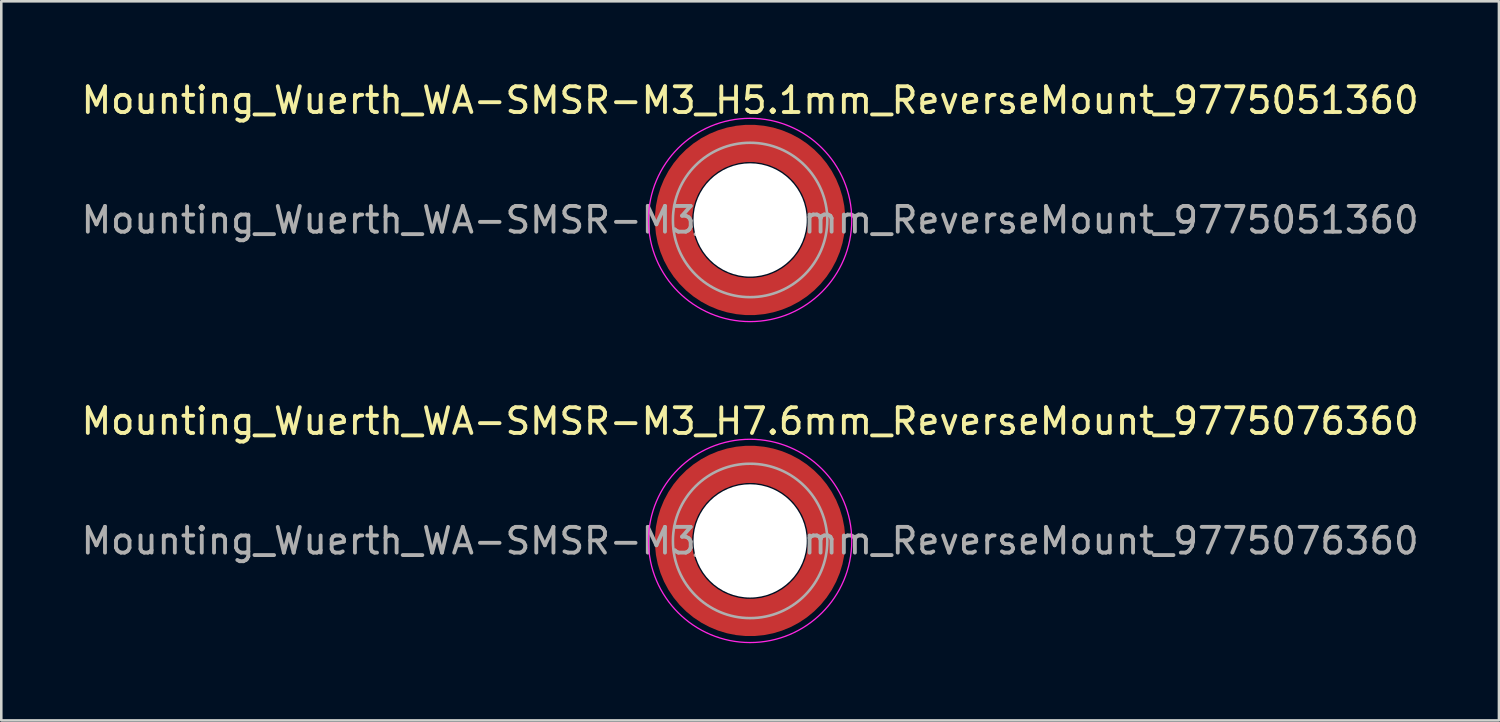
<source format=kicad_pcb>
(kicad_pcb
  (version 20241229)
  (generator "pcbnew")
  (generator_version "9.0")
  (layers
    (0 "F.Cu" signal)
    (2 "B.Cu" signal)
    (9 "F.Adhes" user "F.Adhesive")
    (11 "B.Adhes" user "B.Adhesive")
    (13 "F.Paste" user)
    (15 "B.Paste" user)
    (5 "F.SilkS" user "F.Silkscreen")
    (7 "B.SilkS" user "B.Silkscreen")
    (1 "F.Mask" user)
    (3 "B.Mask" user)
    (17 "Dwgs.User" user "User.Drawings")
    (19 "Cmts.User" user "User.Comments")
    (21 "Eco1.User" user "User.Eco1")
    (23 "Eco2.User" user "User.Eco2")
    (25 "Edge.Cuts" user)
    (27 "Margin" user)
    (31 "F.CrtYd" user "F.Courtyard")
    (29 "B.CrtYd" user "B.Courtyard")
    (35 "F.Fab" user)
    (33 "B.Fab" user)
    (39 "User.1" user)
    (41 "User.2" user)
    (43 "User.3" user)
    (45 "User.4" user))
  (footprint "Mounting_Wuerth_WA-SMSR-M3_H7.6mm_ReverseMount_9775076360"
    (layer "F.Cu")
    (at 26.101 17.971)
    (property "Reference" "Mounting_Wuerth_WA-SMSR-M3_H7.6mm_ReverseMount_9775076360" (at 0 -4.65 0) (layer "F.SilkS") (effects (font (size 1 1) (thickness 0.15))))
    (property "Mouser Part no." "" (at 0 0 0) (layer "F.Fab") (effects (font (size 1.27 1.27) (thickness 0.15))))
    (property "Mouser link" "" (at 0 0 0) (layer "F.Fab") (effects (font (size 1.27 1.27) (thickness 0.15))))
    (attr smd)
    (fp_circle (center 0 0) (end 3.95 0) (stroke (width 0.05) (type solid)) (fill no) (layer "F.CrtYd"))
    (fp_circle (center 0 0) (end 3 0) (stroke (width 0.1) (type solid)) (fill no) (layer "F.Fab"))
    (fp_text user "${REFERENCE}" (at 0 0 0) (layer "F.Fab") (effects (font (size 1 1) (thickness 0.15))))
    (pad "" smd custom (at -2.095 -2.095) (size 0.945 0.945) (layers "F.Paste") (options (anchor circle)) (primitives (gr_arc (start -0.24231 1.594804) (mid 0.404104 0.405534) (end 1.592827 -0.241886) (width 0.2)) (gr_arc (start -0.3398 1.594804) (mid 0.335987 0.338711) (end 1.591031 -0.339022) (width 0.2)) (gr_arc (start -0.437132 1.594804) (mid 0.268952 0.270807) (end 1.592231 -0.436623) (width 0.2)) (gr_arc (start -0.534324 1.594804) (mid 0.201345 0.203474) (end 1.591846 -0.53376) (width 0.2)) (gr_arc (start -0.631391 1.594804) (mid 0.134696 0.135183) (end 1.594126 -0.631267) (width 0.2)) (gr_arc (start -0.728345 1.594804) (mid 0.067234 0.067705) (end 1.594149 -0.728229) (width 0.2)) (gr_arc (start -0.825197 1.594804) (mid -0.001218 0.001219) (end 1.591408 -0.824614) (width 0.2)) (gr_arc (start -0.921958 1.594804) (mid -0.068952 -0.065985) (end 1.590665 -0.921269) (width 0.2)) (gr_arc (start -1.018637 1.594804) (mid -0.135972 -0.133907) (end 1.59192 -1.018172) (width 0.2)) (gr_arc (start -1.115239 1.594804) (mid -0.20428 -0.200537) (end 1.589574 -1.11442) (width 0.2)) (gr_arc (start -1.211773 1.594804) (mid -0.26993 -0.269828) (end 1.594662 -1.211751) (width 0.2)) (gr_arc (start -1.308244 1.594804) (mid -0.33911 -0.335587) (end 1.589875 -1.307516) (width 0.2)) (gr_arc (start -1.404657 1.594804) (mid -0.405633 -0.404004) (end 1.592524 -1.404331) (width 0.2)) (gr_arc (start -1.404657 1.594804) (mid -0.405633 -0.404004) (end 1.592524 -1.404331) (width 0.2)) (gr_line (start 1.595 -0.242) (end 1.595 -1.405) (width 0.2)) (gr_line (start -0.242 1.595) (end -1.405 1.595) (width 0.2))))
    (pad "" smd custom (at -2.095 2.095) (size 0.945 0.945) (layers "F.Paste") (options (anchor circle)) (primitives (gr_arc (start 1.594804 0.24231) (mid 0.405534 -0.404104) (end -0.241886 -1.592827) (width 0.2)) (gr_arc (start 1.594804 0.3398) (mid 0.338711 -0.335987) (end -0.339022 -1.591031) (width 0.2)) (gr_arc (start 1.594804 0.437132) (mid 0.270807 -0.268952) (end -0.436623 -1.592231) (width 0.2)) (gr_arc (start 1.594804 0.534324) (mid 0.203474 -0.201345) (end -0.53376 -1.591846) (width 0.2)) (gr_arc (start 1.594804 0.631391) (mid 0.135183 -0.134696) (end -0.631267 -1.594126) (width 0.2)) (gr_arc (start 1.594804 0.728345) (mid 0.067705 -0.067234) (end -0.728229 -1.594149) (width 0.2)) (gr_arc (start 1.594804 0.825197) (mid 0.001219 0.001218) (end -0.824614 -1.591408) (width 0.2)) (gr_arc (start 1.594804 0.921958) (mid -0.065985 0.068952) (end -0.921269 -1.590665) (width 0.2)) (gr_arc (start 1.594804 1.018637) (mid -0.133907 0.135972) (end -1.018172 -1.59192) (width 0.2)) (gr_arc (start 1.594804 1.115239) (mid -0.200537 0.20428) (end -1.11442 -1.589574) (width 0.2)) (gr_arc (start 1.594804 1.211773) (mid -0.269828 0.26993) (end -1.211751 -1.594662) (width 0.2)) (gr_arc (start 1.594804 1.308244) (mid -0.335587 0.33911) (end -1.307516 -1.589875) (width 0.2)) (gr_arc (start 1.594804 1.404657) (mid -0.404004 0.405633) (end -1.404331 -1.592524) (width 0.2)) (gr_arc (start 1.594804 1.404657) (mid -0.404004 0.405633) (end -1.404331 -1.592524) (width 0.2)) (gr_line (start -0.242 -1.595) (end -1.405 -1.595) (width 0.2)) (gr_line (start 1.595 0.242) (end 1.595 1.405) (width 0.2))))
    (pad "" np_thru_hole circle (at 0 0) (size 4.4 4.4) (drill 4.4) (layers "*.Cu" "*.Mask"))
    (pad "" smd custom (at 2.095 -2.095) (size 0.945 0.945) (layers "F.Paste") (options (anchor circle)) (primitives (gr_arc (start -1.594804 -0.24231) (mid -0.405534 0.404104) (end 0.241886 1.592827) (width 0.2)) (gr_arc (start -1.594804 -0.3398) (mid -0.338711 0.335987) (end 0.339022 1.591031) (width 0.2)) (gr_arc (start -1.594804 -0.437132) (mid -0.270807 0.268952) (end 0.436623 1.592231) (width 0.2)) (gr_arc (start -1.594804 -0.534324) (mid -0.203474 0.201345) (end 0.53376 1.591846) (width 0.2)) (gr_arc (start -1.594804 -0.631391) (mid -0.135183 0.134696) (end 0.631267 1.594126) (width 0.2)) (gr_arc (start -1.594804 -0.728345) (mid -0.067705 0.067234) (end 0.728229 1.594149) (width 0.2)) (gr_arc (start -1.594804 -0.825197) (mid -0.001219 -0.001218) (end 0.824614 1.591408) (width 0.2)) (gr_arc (start -1.594804 -0.921958) (mid 0.065985 -0.068952) (end 0.921269 1.590665) (width 0.2)) (gr_arc (start -1.594804 -1.018637) (mid 0.133907 -0.135972) (end 1.018172 1.59192) (width 0.2)) (gr_arc (start -1.594804 -1.115239) (mid 0.200537 -0.20428) (end 1.11442 1.589574) (width 0.2)) (gr_arc (start -1.594804 -1.211773) (mid 0.269828 -0.26993) (end 1.211751 1.594662) (width 0.2)) (gr_arc (start -1.594804 -1.308244) (mid 0.335587 -0.33911) (end 1.307516 1.589875) (width 0.2)) (gr_arc (start -1.594804 -1.404657) (mid 0.404004 -0.405633) (end 1.404331 1.592524) (width 0.2)) (gr_arc (start -1.594804 -1.404657) (mid 0.404004 -0.405633) (end 1.404331 1.592524) (width 0.2)) (gr_line (start 0.242 1.595) (end 1.405 1.595) (width 0.2)) (gr_line (start -1.595 -0.242) (end -1.595 -1.405) (width 0.2))))
    (pad "" smd custom (at 2.095 2.095) (size 0.945 0.945) (layers "F.Paste") (options (anchor circle)) (primitives (gr_arc (start 0.24231 -1.594804) (mid -0.404104 -0.405534) (end -1.592827 0.241886) (width 0.2)) (gr_arc (start 0.3398 -1.594804) (mid -0.335987 -0.338711) (end -1.591031 0.339022) (width 0.2)) (gr_arc (start 0.437132 -1.594804) (mid -0.268952 -0.270807) (end -1.592231 0.436623) (width 0.2)) (gr_arc (start 0.534324 -1.594804) (mid -0.201345 -0.203474) (end -1.591846 0.53376) (width 0.2)) (gr_arc (start 0.631391 -1.594804) (mid -0.134696 -0.135183) (end -1.594126 0.631267) (width 0.2)) (gr_arc (start 0.728345 -1.594804) (mid -0.067234 -0.067705) (end -1.594149 0.728229) (width 0.2)) (gr_arc (start 0.825197 -1.594804) (mid 0.001218 -0.001219) (end -1.591408 0.824614) (width 0.2)) (gr_arc (start 0.921958 -1.594804) (mid 0.068952 0.065985) (end -1.590665 0.921269) (width 0.2)) (gr_arc (start 1.018637 -1.594804) (mid 0.135972 0.133907) (end -1.59192 1.018172) (width 0.2)) (gr_arc (start 1.115239 -1.594804) (mid 0.20428 0.200537) (end -1.589574 1.11442) (width 0.2)) (gr_arc (start 1.211773 -1.594804) (mid 0.26993 0.269828) (end -1.594662 1.211751) (width 0.2)) (gr_arc (start 1.308244 -1.594804) (mid 0.33911 0.335587) (end -1.589875 1.307516) (width 0.2)) (gr_arc (start 1.404657 -1.594804) (mid 0.405633 0.404004) (end -1.592524 1.404331) (width 0.2)) (gr_arc (start 1.404657 -1.594804) (mid 0.405633 0.404004) (end -1.592524 1.404331) (width 0.2)) (gr_line (start -1.595 0.242) (end -1.595 1.405) (width 0.2)) (gr_line (start 0.242 -1.595) (end 1.405 -1.595) (width 0.2))))
    (pad "1" smd circle (at -2.975 0) (size 1.05 1.05) (layers "F.Cu"))
    (pad "1" smd circle (at 0 -2.975) (size 1.05 1.05) (layers "F.Cu"))
    (pad "1" smd circle (at 0 2.975) (size 1.05 1.05) (layers "F.Cu"))
    (pad "1" smd custom (at 2.975 0) (size 1.05 1.05) (layers "F.Cu" "F.Mask") (options (anchor circle)) (primitives (gr_circle (center -2.975 0) (end 0 0) (width 1.45) (fill no)))))
  (footprint "Mounting_Wuerth_WA-SMSR-M3_H5.1mm_ReverseMount_9775051360"
    (layer "F.Cu")
    (at 26.101 5.498)
    (property "Reference" "Mounting_Wuerth_WA-SMSR-M3_H5.1mm_ReverseMount_9775051360" (at 0 -4.65 0) (layer "F.SilkS") (effects (font (size 1 1) (thickness 0.15))))
    (property "Mouser Part no." "" (at 0 0 0) (layer "F.Fab") (effects (font (size 1.27 1.27) (thickness 0.15))))
    (property "Mouser link" "" (at 0 0 0) (layer "F.Fab") (effects (font (size 1.27 1.27) (thickness 0.15))))
    (attr smd)
    (fp_circle (center 0 0) (end 3.95 0) (stroke (width 0.05) (type solid)) (fill no) (layer "F.CrtYd"))
    (fp_circle (center 0 0) (end 3 0) (stroke (width 0.1) (type solid)) (fill no) (layer "F.Fab"))
    (fp_text user "${REFERENCE}" (at 0 0 0) (layer "F.Fab") (effects (font (size 1 1) (thickness 0.15))))
    (pad "" smd custom (at -2.095 -2.095) (size 0.945 0.945) (layers "F.Paste") (options (anchor circle)) (primitives (gr_arc (start -0.24231 1.594804) (mid 0.404104 0.405534) (end 1.592827 -0.241886) (width 0.2)) (gr_arc (start -0.3398 1.594804) (mid 0.335987 0.338711) (end 1.591031 -0.339022) (width 0.2)) (gr_arc (start -0.437132 1.594804) (mid 0.268952 0.270807) (end 1.592231 -0.436623) (width 0.2)) (gr_arc (start -0.534324 1.594804) (mid 0.201345 0.203474) (end 1.591846 -0.53376) (width 0.2)) (gr_arc (start -0.631391 1.594804) (mid 0.134696 0.135183) (end 1.594126 -0.631267) (width 0.2)) (gr_arc (start -0.728345 1.594804) (mid 0.067234 0.067705) (end 1.594149 -0.728229) (width 0.2)) (gr_arc (start -0.825197 1.594804) (mid -0.001218 0.001219) (end 1.591408 -0.824614) (width 0.2)) (gr_arc (start -0.921958 1.594804) (mid -0.068952 -0.065985) (end 1.590665 -0.921269) (width 0.2)) (gr_arc (start -1.018637 1.594804) (mid -0.135972 -0.133907) (end 1.59192 -1.018172) (width 0.2)) (gr_arc (start -1.115239 1.594804) (mid -0.20428 -0.200537) (end 1.589574 -1.11442) (width 0.2)) (gr_arc (start -1.211773 1.594804) (mid -0.26993 -0.269828) (end 1.594662 -1.211751) (width 0.2)) (gr_arc (start -1.308244 1.594804) (mid -0.33911 -0.335587) (end 1.589875 -1.307516) (width 0.2)) (gr_arc (start -1.404657 1.594804) (mid -0.405633 -0.404004) (end 1.592524 -1.404331) (width 0.2)) (gr_arc (start -1.404657 1.594804) (mid -0.405633 -0.404004) (end 1.592524 -1.404331) (width 0.2)) (gr_line (start 1.595 -0.242) (end 1.595 -1.405) (width 0.2)) (gr_line (start -0.242 1.595) (end -1.405 1.595) (width 0.2))))
    (pad "" smd custom (at -2.095 2.095) (size 0.945 0.945) (layers "F.Paste") (options (anchor circle)) (primitives (gr_arc (start 1.594804 0.24231) (mid 0.405534 -0.404104) (end -0.241886 -1.592827) (width 0.2)) (gr_arc (start 1.594804 0.3398) (mid 0.338711 -0.335987) (end -0.339022 -1.591031) (width 0.2)) (gr_arc (start 1.594804 0.437132) (mid 0.270807 -0.268952) (end -0.436623 -1.592231) (width 0.2)) (gr_arc (start 1.594804 0.534324) (mid 0.203474 -0.201345) (end -0.53376 -1.591846) (width 0.2)) (gr_arc (start 1.594804 0.631391) (mid 0.135183 -0.134696) (end -0.631267 -1.594126) (width 0.2)) (gr_arc (start 1.594804 0.728345) (mid 0.067705 -0.067234) (end -0.728229 -1.594149) (width 0.2)) (gr_arc (start 1.594804 0.825197) (mid 0.001219 0.001218) (end -0.824614 -1.591408) (width 0.2)) (gr_arc (start 1.594804 0.921958) (mid -0.065985 0.068952) (end -0.921269 -1.590665) (width 0.2)) (gr_arc (start 1.594804 1.018637) (mid -0.133907 0.135972) (end -1.018172 -1.59192) (width 0.2)) (gr_arc (start 1.594804 1.115239) (mid -0.200537 0.20428) (end -1.11442 -1.589574) (width 0.2)) (gr_arc (start 1.594804 1.211773) (mid -0.269828 0.26993) (end -1.211751 -1.594662) (width 0.2)) (gr_arc (start 1.594804 1.308244) (mid -0.335587 0.33911) (end -1.307516 -1.589875) (width 0.2)) (gr_arc (start 1.594804 1.404657) (mid -0.404004 0.405633) (end -1.404331 -1.592524) (width 0.2)) (gr_arc (start 1.594804 1.404657) (mid -0.404004 0.405633) (end -1.404331 -1.592524) (width 0.2)) (gr_line (start -0.242 -1.595) (end -1.405 -1.595) (width 0.2)) (gr_line (start 1.595 0.242) (end 1.595 1.405) (width 0.2))))
    (pad "" np_thru_hole circle (at 0 0) (size 4.4 4.4) (drill 4.4) (layers "*.Cu" "*.Mask"))
    (pad "" smd custom (at 2.095 -2.095) (size 0.945 0.945) (layers "F.Paste") (options (anchor circle)) (primitives (gr_arc (start -1.594804 -0.24231) (mid -0.405534 0.404104) (end 0.241886 1.592827) (width 0.2)) (gr_arc (start -1.594804 -0.3398) (mid -0.338711 0.335987) (end 0.339022 1.591031) (width 0.2)) (gr_arc (start -1.594804 -0.437132) (mid -0.270807 0.268952) (end 0.436623 1.592231) (width 0.2)) (gr_arc (start -1.594804 -0.534324) (mid -0.203474 0.201345) (end 0.53376 1.591846) (width 0.2)) (gr_arc (start -1.594804 -0.631391) (mid -0.135183 0.134696) (end 0.631267 1.594126) (width 0.2)) (gr_arc (start -1.594804 -0.728345) (mid -0.067705 0.067234) (end 0.728229 1.594149) (width 0.2)) (gr_arc (start -1.594804 -0.825197) (mid -0.001219 -0.001218) (end 0.824614 1.591408) (width 0.2)) (gr_arc (start -1.594804 -0.921958) (mid 0.065985 -0.068952) (end 0.921269 1.590665) (width 0.2)) (gr_arc (start -1.594804 -1.018637) (mid 0.133907 -0.135972) (end 1.018172 1.59192) (width 0.2)) (gr_arc (start -1.594804 -1.115239) (mid 0.200537 -0.20428) (end 1.11442 1.589574) (width 0.2)) (gr_arc (start -1.594804 -1.211773) (mid 0.269828 -0.26993) (end 1.211751 1.594662) (width 0.2)) (gr_arc (start -1.594804 -1.308244) (mid 0.335587 -0.33911) (end 1.307516 1.589875) (width 0.2)) (gr_arc (start -1.594804 -1.404657) (mid 0.404004 -0.405633) (end 1.404331 1.592524) (width 0.2)) (gr_arc (start -1.594804 -1.404657) (mid 0.404004 -0.405633) (end 1.404331 1.592524) (width 0.2)) (gr_line (start 0.242 1.595) (end 1.405 1.595) (width 0.2)) (gr_line (start -1.595 -0.242) (end -1.595 -1.405) (width 0.2))))
    (pad "" smd custom (at 2.095 2.095) (size 0.945 0.945) (layers "F.Paste") (options (anchor circle)) (primitives (gr_arc (start 0.24231 -1.594804) (mid -0.404104 -0.405534) (end -1.592827 0.241886) (width 0.2)) (gr_arc (start 0.3398 -1.594804) (mid -0.335987 -0.338711) (end -1.591031 0.339022) (width 0.2)) (gr_arc (start 0.437132 -1.594804) (mid -0.268952 -0.270807) (end -1.592231 0.436623) (width 0.2)) (gr_arc (start 0.534324 -1.594804) (mid -0.201345 -0.203474) (end -1.591846 0.53376) (width 0.2)) (gr_arc (start 0.631391 -1.594804) (mid -0.134696 -0.135183) (end -1.594126 0.631267) (width 0.2)) (gr_arc (start 0.728345 -1.594804) (mid -0.067234 -0.067705) (end -1.594149 0.728229) (width 0.2)) (gr_arc (start 0.825197 -1.594804) (mid 0.001218 -0.001219) (end -1.591408 0.824614) (width 0.2)) (gr_arc (start 0.921958 -1.594804) (mid 0.068952 0.065985) (end -1.590665 0.921269) (width 0.2)) (gr_arc (start 1.018637 -1.594804) (mid 0.135972 0.133907) (end -1.59192 1.018172) (width 0.2)) (gr_arc (start 1.115239 -1.594804) (mid 0.20428 0.200537) (end -1.589574 1.11442) (width 0.2)) (gr_arc (start 1.211773 -1.594804) (mid 0.26993 0.269828) (end -1.594662 1.211751) (width 0.2)) (gr_arc (start 1.308244 -1.594804) (mid 0.33911 0.335587) (end -1.589875 1.307516) (width 0.2)) (gr_arc (start 1.404657 -1.594804) (mid 0.405633 0.404004) (end -1.592524 1.404331) (width 0.2)) (gr_arc (start 1.404657 -1.594804) (mid 0.405633 0.404004) (end -1.592524 1.404331) (width 0.2)) (gr_line (start -1.595 0.242) (end -1.595 1.405) (width 0.2)) (gr_line (start 0.242 -1.595) (end 1.405 -1.595) (width 0.2))))
    (pad "1" smd circle (at -2.975 0) (size 1.05 1.05) (layers "F.Cu"))
    (pad "1" smd circle (at 0 -2.975) (size 1.05 1.05) (layers "F.Cu"))
    (pad "1" smd circle (at 0 2.975) (size 1.05 1.05) (layers "F.Cu"))
    (pad "1" smd custom (at 2.975 0) (size 1.05 1.05) (layers "F.Cu" "F.Mask") (options (anchor circle)) (primitives (gr_circle (center -2.975 0) (end 0 0) (width 1.45) (fill no)))))
  (gr_rect
    (start -3 -3)
    (end 55.202 24.947)
    (stroke (width 0.1) (type default))
    (fill no)
    (layer "Edge.Cuts")))
</source>
